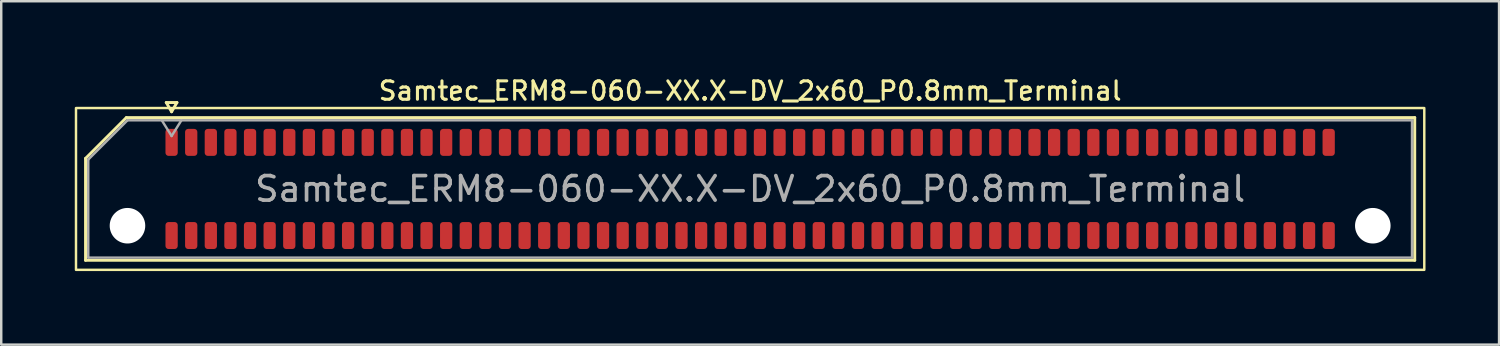
<source format=kicad_pcb>
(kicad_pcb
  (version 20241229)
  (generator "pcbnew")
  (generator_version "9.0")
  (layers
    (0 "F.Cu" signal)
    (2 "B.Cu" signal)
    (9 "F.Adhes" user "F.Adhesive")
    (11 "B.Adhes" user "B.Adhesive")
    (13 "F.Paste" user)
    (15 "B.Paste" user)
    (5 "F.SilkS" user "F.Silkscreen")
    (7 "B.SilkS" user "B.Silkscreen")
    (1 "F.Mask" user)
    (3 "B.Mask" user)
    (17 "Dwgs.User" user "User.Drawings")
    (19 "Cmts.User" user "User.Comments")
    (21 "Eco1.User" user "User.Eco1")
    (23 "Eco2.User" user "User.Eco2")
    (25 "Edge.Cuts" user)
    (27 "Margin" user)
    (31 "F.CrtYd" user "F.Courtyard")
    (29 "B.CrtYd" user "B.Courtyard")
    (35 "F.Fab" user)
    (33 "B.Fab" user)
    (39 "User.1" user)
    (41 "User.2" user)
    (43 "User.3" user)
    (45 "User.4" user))
  (footprint "Samtec_ERM8-060-XX.X-DV_2x60_P0.8mm_Terminal"
    (layer "F.Cu")
    (at 27.55 4.658)
    (property "Reference" "Samtec_ERM8-060-XX.X-DV_2x60_P0.8mm_Terminal" (at 0 -4 0) (layer "F.SilkS") (effects (font (size 0.75 0.75) (thickness 0.125))))
    (attr smd)
    (fp_line (start -27.11 -1.246) (end -25.446 -2.91) (stroke (width 0.12) (type solid)) (layer "F.SilkS"))
    (fp_line (start -27.11 2.91) (end -27.11 -1.246) (stroke (width 0.12) (type solid)) (layer "F.SilkS"))
    (fp_line (start -25.446 -2.91) (end 27.11 -2.91) (stroke (width 0.12) (type solid)) (layer "F.SilkS"))
    (fp_line (start -23.817 -3.525) (end -23.6 -3.15) (stroke (width 0.12) (type solid)) (layer "F.SilkS"))
    (fp_line (start -23.6 -3.15) (end -23.383 -3.525) (stroke (width 0.12) (type solid)) (layer "F.SilkS"))
    (fp_line (start -23.383 -3.525) (end -23.817 -3.525) (stroke (width 0.12) (type solid)) (layer "F.SilkS"))
    (fp_line (start 27.11 -2.91) (end 27.11 2.91) (stroke (width 0.12) (type solid)) (layer "F.SilkS"))
    (fp_line (start 27.11 2.91) (end -27.11 2.91) (stroke (width 0.12) (type solid)) (layer "F.SilkS"))
    (fp_rect (start -27.5 -3.3) (end 27.5 3.3) (stroke (width 0.1) (type solid)) (fill no) (layer "F.SilkS"))
    (fp_line (start -27 -1.2) (end -25.4 -2.8) (stroke (width 0.1) (type solid)) (layer "F.Fab"))
    (fp_line (start -27 2.8) (end -27 -1.2) (stroke (width 0.1) (type solid)) (layer "F.Fab"))
    (fp_line (start -25.4 -2.8) (end 27 -2.8) (stroke (width 0.1) (type solid)) (layer "F.Fab"))
    (fp_line (start -24 -2.8) (end -23.6 -2.16) (stroke (width 0.1) (type solid)) (layer "F.Fab"))
    (fp_line (start -23.6 -2.16) (end -23.2 -2.8) (stroke (width 0.1) (type solid)) (layer "F.Fab"))
    (fp_line (start 27 -2.8) (end 27 2.8) (stroke (width 0.1) (type solid)) (layer "F.Fab"))
    (fp_line (start 27 2.8) (end -27 2.8) (stroke (width 0.1) (type solid)) (layer "F.Fab"))
    (fp_text user "${REFERENCE}" (at 0 0 0) (layer "F.Fab") (effects (font (size 1 1) (thickness 0.15))))
    (pad "" np_thru_hole circle (at -25.4 1.5) (size 1.45 1.45) (drill 1.45) (layers "*.Cu" "*.Mask"))
    (pad "" np_thru_hole circle (at 25.4 1.5) (size 1.45 1.45) (drill 1.45) (layers "*.Cu" "*.Mask"))
    (pad "1" smd roundrect (at -23.6 -1.9) (size 0.5 1.1) (layers "F.Cu" "F.Mask" "F.Paste") (roundrect_rratio 0.25))
    (pad "2" smd roundrect (at -23.6 1.9) (size 0.5 1.1) (layers "F.Cu" "F.Mask" "F.Paste") (roundrect_rratio 0.25))
    (pad "3" smd roundrect (at -22.8 -1.9) (size 0.5 1.1) (layers "F.Cu" "F.Mask" "F.Paste") (roundrect_rratio 0.25))
    (pad "4" smd roundrect (at -22.8 1.9) (size 0.5 1.1) (layers "F.Cu" "F.Mask" "F.Paste") (roundrect_rratio 0.25))
    (pad "5" smd roundrect (at -22 -1.9) (size 0.5 1.1) (layers "F.Cu" "F.Mask" "F.Paste") (roundrect_rratio 0.25))
    (pad "6" smd roundrect (at -22 1.9) (size 0.5 1.1) (layers "F.Cu" "F.Mask" "F.Paste") (roundrect_rratio 0.25))
    (pad "7" smd roundrect (at -21.2 -1.9) (size 0.5 1.1) (layers "F.Cu" "F.Mask" "F.Paste") (roundrect_rratio 0.25))
    (pad "8" smd roundrect (at -21.2 1.9) (size 0.5 1.1) (layers "F.Cu" "F.Mask" "F.Paste") (roundrect_rratio 0.25))
    (pad "9" smd roundrect (at -20.4 -1.9) (size 0.5 1.1) (layers "F.Cu" "F.Mask" "F.Paste") (roundrect_rratio 0.25))
    (pad "10" smd roundrect (at -20.4 1.9) (size 0.5 1.1) (layers "F.Cu" "F.Mask" "F.Paste") (roundrect_rratio 0.25))
    (pad "11" smd roundrect (at -19.6 -1.9) (size 0.5 1.1) (layers "F.Cu" "F.Mask" "F.Paste") (roundrect_rratio 0.25))
    (pad "12" smd roundrect (at -19.6 1.9) (size 0.5 1.1) (layers "F.Cu" "F.Mask" "F.Paste") (roundrect_rratio 0.25))
    (pad "13" smd roundrect (at -18.8 -1.9) (size 0.5 1.1) (layers "F.Cu" "F.Mask" "F.Paste") (roundrect_rratio 0.25))
    (pad "14" smd roundrect (at -18.8 1.9) (size 0.5 1.1) (layers "F.Cu" "F.Mask" "F.Paste") (roundrect_rratio 0.25))
    (pad "15" smd roundrect (at -18 -1.9) (size 0.5 1.1) (layers "F.Cu" "F.Mask" "F.Paste") (roundrect_rratio 0.25))
    (pad "16" smd roundrect (at -18 1.9) (size 0.5 1.1) (layers "F.Cu" "F.Mask" "F.Paste") (roundrect_rratio 0.25))
    (pad "17" smd roundrect (at -17.2 -1.9) (size 0.5 1.1) (layers "F.Cu" "F.Mask" "F.Paste") (roundrect_rratio 0.25))
    (pad "18" smd roundrect (at -17.2 1.9) (size 0.5 1.1) (layers "F.Cu" "F.Mask" "F.Paste") (roundrect_rratio 0.25))
    (pad "19" smd roundrect (at -16.4 -1.9) (size 0.5 1.1) (layers "F.Cu" "F.Mask" "F.Paste") (roundrect_rratio 0.25))
    (pad "20" smd roundrect (at -16.4 1.9) (size 0.5 1.1) (layers "F.Cu" "F.Mask" "F.Paste") (roundrect_rratio 0.25))
    (pad "21" smd roundrect (at -15.6 -1.9) (size 0.5 1.1) (layers "F.Cu" "F.Mask" "F.Paste") (roundrect_rratio 0.25))
    (pad "22" smd roundrect (at -15.6 1.9) (size 0.5 1.1) (layers "F.Cu" "F.Mask" "F.Paste") (roundrect_rratio 0.25))
    (pad "23" smd roundrect (at -14.8 -1.9) (size 0.5 1.1) (layers "F.Cu" "F.Mask" "F.Paste") (roundrect_rratio 0.25))
    (pad "24" smd roundrect (at -14.8 1.9) (size 0.5 1.1) (layers "F.Cu" "F.Mask" "F.Paste") (roundrect_rratio 0.25))
    (pad "25" smd roundrect (at -14 -1.9) (size 0.5 1.1) (layers "F.Cu" "F.Mask" "F.Paste") (roundrect_rratio 0.25))
    (pad "26" smd roundrect (at -14 1.9) (size 0.5 1.1) (layers "F.Cu" "F.Mask" "F.Paste") (roundrect_rratio 0.25))
    (pad "27" smd roundrect (at -13.2 -1.9) (size 0.5 1.1) (layers "F.Cu" "F.Mask" "F.Paste") (roundrect_rratio 0.25))
    (pad "28" smd roundrect (at -13.2 1.9) (size 0.5 1.1) (layers "F.Cu" "F.Mask" "F.Paste") (roundrect_rratio 0.25))
    (pad "29" smd roundrect (at -12.4 -1.9) (size 0.5 1.1) (layers "F.Cu" "F.Mask" "F.Paste") (roundrect_rratio 0.25))
    (pad "30" smd roundrect (at -12.4 1.9) (size 0.5 1.1) (layers "F.Cu" "F.Mask" "F.Paste") (roundrect_rratio 0.25))
    (pad "31" smd roundrect (at -11.6 -1.9) (size 0.5 1.1) (layers "F.Cu" "F.Mask" "F.Paste") (roundrect_rratio 0.25))
    (pad "32" smd roundrect (at -11.6 1.9) (size 0.5 1.1) (layers "F.Cu" "F.Mask" "F.Paste") (roundrect_rratio 0.25))
    (pad "33" smd roundrect (at -10.8 -1.9) (size 0.5 1.1) (layers "F.Cu" "F.Mask" "F.Paste") (roundrect_rratio 0.25))
    (pad "34" smd roundrect (at -10.8 1.9) (size 0.5 1.1) (layers "F.Cu" "F.Mask" "F.Paste") (roundrect_rratio 0.25))
    (pad "35" smd roundrect (at -10 -1.9) (size 0.5 1.1) (layers "F.Cu" "F.Mask" "F.Paste") (roundrect_rratio 0.25))
    (pad "36" smd roundrect (at -10 1.9) (size 0.5 1.1) (layers "F.Cu" "F.Mask" "F.Paste") (roundrect_rratio 0.25))
    (pad "37" smd roundrect (at -9.2 -1.9) (size 0.5 1.1) (layers "F.Cu" "F.Mask" "F.Paste") (roundrect_rratio 0.25))
    (pad "38" smd roundrect (at -9.2 1.9) (size 0.5 1.1) (layers "F.Cu" "F.Mask" "F.Paste") (roundrect_rratio 0.25))
    (pad "39" smd roundrect (at -8.4 -1.9) (size 0.5 1.1) (layers "F.Cu" "F.Mask" "F.Paste") (roundrect_rratio 0.25))
    (pad "40" smd roundrect (at -8.4 1.9) (size 0.5 1.1) (layers "F.Cu" "F.Mask" "F.Paste") (roundrect_rratio 0.25))
    (pad "41" smd roundrect (at -7.6 -1.9) (size 0.5 1.1) (layers "F.Cu" "F.Mask" "F.Paste") (roundrect_rratio 0.25))
    (pad "42" smd roundrect (at -7.6 1.9) (size 0.5 1.1) (layers "F.Cu" "F.Mask" "F.Paste") (roundrect_rratio 0.25))
    (pad "43" smd roundrect (at -6.8 -1.9) (size 0.5 1.1) (layers "F.Cu" "F.Mask" "F.Paste") (roundrect_rratio 0.25))
    (pad "44" smd roundrect (at -6.8 1.9) (size 0.5 1.1) (layers "F.Cu" "F.Mask" "F.Paste") (roundrect_rratio 0.25))
    (pad "45" smd roundrect (at -6 -1.9) (size 0.5 1.1) (layers "F.Cu" "F.Mask" "F.Paste") (roundrect_rratio 0.25))
    (pad "46" smd roundrect (at -6 1.9) (size 0.5 1.1) (layers "F.Cu" "F.Mask" "F.Paste") (roundrect_rratio 0.25))
    (pad "47" smd roundrect (at -5.2 -1.9) (size 0.5 1.1) (layers "F.Cu" "F.Mask" "F.Paste") (roundrect_rratio 0.25))
    (pad "48" smd roundrect (at -5.2 1.9) (size 0.5 1.1) (layers "F.Cu" "F.Mask" "F.Paste") (roundrect_rratio 0.25))
    (pad "49" smd roundrect (at -4.4 -1.9) (size 0.5 1.1) (layers "F.Cu" "F.Mask" "F.Paste") (roundrect_rratio 0.25))
    (pad "50" smd roundrect (at -4.4 1.9) (size 0.5 1.1) (layers "F.Cu" "F.Mask" "F.Paste") (roundrect_rratio 0.25))
    (pad "51" smd roundrect (at -3.6 -1.9) (size 0.5 1.1) (layers "F.Cu" "F.Mask" "F.Paste") (roundrect_rratio 0.25))
    (pad "52" smd roundrect (at -3.6 1.9) (size 0.5 1.1) (layers "F.Cu" "F.Mask" "F.Paste") (roundrect_rratio 0.25))
    (pad "53" smd roundrect (at -2.8 -1.9) (size 0.5 1.1) (layers "F.Cu" "F.Mask" "F.Paste") (roundrect_rratio 0.25))
    (pad "54" smd roundrect (at -2.8 1.9) (size 0.5 1.1) (layers "F.Cu" "F.Mask" "F.Paste") (roundrect_rratio 0.25))
    (pad "55" smd roundrect (at -2 -1.9) (size 0.5 1.1) (layers "F.Cu" "F.Mask" "F.Paste") (roundrect_rratio 0.25))
    (pad "56" smd roundrect (at -2 1.9) (size 0.5 1.1) (layers "F.Cu" "F.Mask" "F.Paste") (roundrect_rratio 0.25))
    (pad "57" smd roundrect (at -1.2 -1.9) (size 0.5 1.1) (layers "F.Cu" "F.Mask" "F.Paste") (roundrect_rratio 0.25))
    (pad "58" smd roundrect (at -1.2 1.9) (size 0.5 1.1) (layers "F.Cu" "F.Mask" "F.Paste") (roundrect_rratio 0.25))
    (pad "59" smd roundrect (at -0.4 -1.9) (size 0.5 1.1) (layers "F.Cu" "F.Mask" "F.Paste") (roundrect_rratio 0.25))
    (pad "60" smd roundrect (at -0.4 1.9) (size 0.5 1.1) (layers "F.Cu" "F.Mask" "F.Paste") (roundrect_rratio 0.25))
    (pad "61" smd roundrect (at 0.4 -1.9) (size 0.5 1.1) (layers "F.Cu" "F.Mask" "F.Paste") (roundrect_rratio 0.25))
    (pad "62" smd roundrect (at 0.4 1.9) (size 0.5 1.1) (layers "F.Cu" "F.Mask" "F.Paste") (roundrect_rratio 0.25))
    (pad "63" smd roundrect (at 1.2 -1.9) (size 0.5 1.1) (layers "F.Cu" "F.Mask" "F.Paste") (roundrect_rratio 0.25))
    (pad "64" smd roundrect (at 1.2 1.9) (size 0.5 1.1) (layers "F.Cu" "F.Mask" "F.Paste") (roundrect_rratio 0.25))
    (pad "65" smd roundrect (at 2 -1.9) (size 0.5 1.1) (layers "F.Cu" "F.Mask" "F.Paste") (roundrect_rratio 0.25))
    (pad "66" smd roundrect (at 2 1.9) (size 0.5 1.1) (layers "F.Cu" "F.Mask" "F.Paste") (roundrect_rratio 0.25))
    (pad "67" smd roundrect (at 2.8 -1.9) (size 0.5 1.1) (layers "F.Cu" "F.Mask" "F.Paste") (roundrect_rratio 0.25))
    (pad "68" smd roundrect (at 2.8 1.9) (size 0.5 1.1) (layers "F.Cu" "F.Mask" "F.Paste") (roundrect_rratio 0.25))
    (pad "69" smd roundrect (at 3.6 -1.9) (size 0.5 1.1) (layers "F.Cu" "F.Mask" "F.Paste") (roundrect_rratio 0.25))
    (pad "70" smd roundrect (at 3.6 1.9) (size 0.5 1.1) (layers "F.Cu" "F.Mask" "F.Paste") (roundrect_rratio 0.25))
    (pad "71" smd roundrect (at 4.4 -1.9) (size 0.5 1.1) (layers "F.Cu" "F.Mask" "F.Paste") (roundrect_rratio 0.25))
    (pad "72" smd roundrect (at 4.4 1.9) (size 0.5 1.1) (layers "F.Cu" "F.Mask" "F.Paste") (roundrect_rratio 0.25))
    (pad "73" smd roundrect (at 5.2 -1.9) (size 0.5 1.1) (layers "F.Cu" "F.Mask" "F.Paste") (roundrect_rratio 0.25))
    (pad "74" smd roundrect (at 5.2 1.9) (size 0.5 1.1) (layers "F.Cu" "F.Mask" "F.Paste") (roundrect_rratio 0.25))
    (pad "75" smd roundrect (at 6 -1.9) (size 0.5 1.1) (layers "F.Cu" "F.Mask" "F.Paste") (roundrect_rratio 0.25))
    (pad "76" smd roundrect (at 6 1.9) (size 0.5 1.1) (layers "F.Cu" "F.Mask" "F.Paste") (roundrect_rratio 0.25))
    (pad "77" smd roundrect (at 6.8 -1.9) (size 0.5 1.1) (layers "F.Cu" "F.Mask" "F.Paste") (roundrect_rratio 0.25))
    (pad "78" smd roundrect (at 6.8 1.9) (size 0.5 1.1) (layers "F.Cu" "F.Mask" "F.Paste") (roundrect_rratio 0.25))
    (pad "79" smd roundrect (at 7.6 -1.9) (size 0.5 1.1) (layers "F.Cu" "F.Mask" "F.Paste") (roundrect_rratio 0.25))
    (pad "80" smd roundrect (at 7.6 1.9) (size 0.5 1.1) (layers "F.Cu" "F.Mask" "F.Paste") (roundrect_rratio 0.25))
    (pad "81" smd roundrect (at 8.4 -1.9) (size 0.5 1.1) (layers "F.Cu" "F.Mask" "F.Paste") (roundrect_rratio 0.25))
    (pad "82" smd roundrect (at 8.4 1.9) (size 0.5 1.1) (layers "F.Cu" "F.Mask" "F.Paste") (roundrect_rratio 0.25))
    (pad "83" smd roundrect (at 9.2 -1.9) (size 0.5 1.1) (layers "F.Cu" "F.Mask" "F.Paste") (roundrect_rratio 0.25))
    (pad "84" smd roundrect (at 9.2 1.9) (size 0.5 1.1) (layers "F.Cu" "F.Mask" "F.Paste") (roundrect_rratio 0.25))
    (pad "85" smd roundrect (at 10 -1.9) (size 0.5 1.1) (layers "F.Cu" "F.Mask" "F.Paste") (roundrect_rratio 0.25))
    (pad "86" smd roundrect (at 10 1.9) (size 0.5 1.1) (layers "F.Cu" "F.Mask" "F.Paste") (roundrect_rratio 0.25))
    (pad "87" smd roundrect (at 10.8 -1.9) (size 0.5 1.1) (layers "F.Cu" "F.Mask" "F.Paste") (roundrect_rratio 0.25))
    (pad "88" smd roundrect (at 10.8 1.9) (size 0.5 1.1) (layers "F.Cu" "F.Mask" "F.Paste") (roundrect_rratio 0.25))
    (pad "89" smd roundrect (at 11.6 -1.9) (size 0.5 1.1) (layers "F.Cu" "F.Mask" "F.Paste") (roundrect_rratio 0.25))
    (pad "90" smd roundrect (at 11.6 1.9) (size 0.5 1.1) (layers "F.Cu" "F.Mask" "F.Paste") (roundrect_rratio 0.25))
    (pad "91" smd roundrect (at 12.4 -1.9) (size 0.5 1.1) (layers "F.Cu" "F.Mask" "F.Paste") (roundrect_rratio 0.25))
    (pad "92" smd roundrect (at 12.4 1.9) (size 0.5 1.1) (layers "F.Cu" "F.Mask" "F.Paste") (roundrect_rratio 0.25))
    (pad "93" smd roundrect (at 13.2 -1.9) (size 0.5 1.1) (layers "F.Cu" "F.Mask" "F.Paste") (roundrect_rratio 0.25))
    (pad "94" smd roundrect (at 13.2 1.9) (size 0.5 1.1) (layers "F.Cu" "F.Mask" "F.Paste") (roundrect_rratio 0.25))
    (pad "95" smd roundrect (at 14 -1.9) (size 0.5 1.1) (layers "F.Cu" "F.Mask" "F.Paste") (roundrect_rratio 0.25))
    (pad "96" smd roundrect (at 14 1.9) (size 0.5 1.1) (layers "F.Cu" "F.Mask" "F.Paste") (roundrect_rratio 0.25))
    (pad "97" smd roundrect (at 14.8 -1.9) (size 0.5 1.1) (layers "F.Cu" "F.Mask" "F.Paste") (roundrect_rratio 0.25))
    (pad "98" smd roundrect (at 14.8 1.9) (size 0.5 1.1) (layers "F.Cu" "F.Mask" "F.Paste") (roundrect_rratio 0.25))
    (pad "99" smd roundrect (at 15.6 -1.9) (size 0.5 1.1) (layers "F.Cu" "F.Mask" "F.Paste") (roundrect_rratio 0.25))
    (pad "100" smd roundrect (at 15.6 1.9) (size 0.5 1.1) (layers "F.Cu" "F.Mask" "F.Paste") (roundrect_rratio 0.25))
    (pad "101" smd roundrect (at 16.4 -1.9) (size 0.5 1.1) (layers "F.Cu" "F.Mask" "F.Paste") (roundrect_rratio 0.25))
    (pad "102" smd roundrect (at 16.4 1.9) (size 0.5 1.1) (layers "F.Cu" "F.Mask" "F.Paste") (roundrect_rratio 0.25))
    (pad "103" smd roundrect (at 17.2 -1.9) (size 0.5 1.1) (layers "F.Cu" "F.Mask" "F.Paste") (roundrect_rratio 0.25))
    (pad "104" smd roundrect (at 17.2 1.9) (size 0.5 1.1) (layers "F.Cu" "F.Mask" "F.Paste") (roundrect_rratio 0.25))
    (pad "105" smd roundrect (at 18 -1.9) (size 0.5 1.1) (layers "F.Cu" "F.Mask" "F.Paste") (roundrect_rratio 0.25))
    (pad "106" smd roundrect (at 18 1.9) (size 0.5 1.1) (layers "F.Cu" "F.Mask" "F.Paste") (roundrect_rratio 0.25))
    (pad "107" smd roundrect (at 18.8 -1.9) (size 0.5 1.1) (layers "F.Cu" "F.Mask" "F.Paste") (roundrect_rratio 0.25))
    (pad "108" smd roundrect (at 18.8 1.9) (size 0.5 1.1) (layers "F.Cu" "F.Mask" "F.Paste") (roundrect_rratio 0.25))
    (pad "109" smd roundrect (at 19.6 -1.9) (size 0.5 1.1) (layers "F.Cu" "F.Mask" "F.Paste") (roundrect_rratio 0.25))
    (pad "110" smd roundrect (at 19.6 1.9) (size 0.5 1.1) (layers "F.Cu" "F.Mask" "F.Paste") (roundrect_rratio 0.25))
    (pad "111" smd roundrect (at 20.4 -1.9) (size 0.5 1.1) (layers "F.Cu" "F.Mask" "F.Paste") (roundrect_rratio 0.25))
    (pad "112" smd roundrect (at 20.4 1.9) (size 0.5 1.1) (layers "F.Cu" "F.Mask" "F.Paste") (roundrect_rratio 0.25))
    (pad "113" smd roundrect (at 21.2 -1.9) (size 0.5 1.1) (layers "F.Cu" "F.Mask" "F.Paste") (roundrect_rratio 0.25))
    (pad "114" smd roundrect (at 21.2 1.9) (size 0.5 1.1) (layers "F.Cu" "F.Mask" "F.Paste") (roundrect_rratio 0.25))
    (pad "115" smd roundrect (at 22 -1.9) (size 0.5 1.1) (layers "F.Cu" "F.Mask" "F.Paste") (roundrect_rratio 0.25))
    (pad "116" smd roundrect (at 22 1.9) (size 0.5 1.1) (layers "F.Cu" "F.Mask" "F.Paste") (roundrect_rratio 0.25))
    (pad "117" smd roundrect (at 22.8 -1.9) (size 0.5 1.1) (layers "F.Cu" "F.Mask" "F.Paste") (roundrect_rratio 0.25))
    (pad "118" smd roundrect (at 22.8 1.9) (size 0.5 1.1) (layers "F.Cu" "F.Mask" "F.Paste") (roundrect_rratio 0.25))
    (pad "119" smd roundrect (at 23.6 -1.9) (size 0.5 1.1) (layers "F.Cu" "F.Mask" "F.Paste") (roundrect_rratio 0.25))
    (pad "120" smd roundrect (at 23.6 1.9) (size 0.5 1.1) (layers "F.Cu" "F.Mask" "F.Paste") (roundrect_rratio 0.25)))
  (gr_rect
    (start -3 -3)
    (end 58.1 11.008)
    (stroke (width 0.1) (type default))
    (fill no)
    (layer "Edge.Cuts")))
</source>
